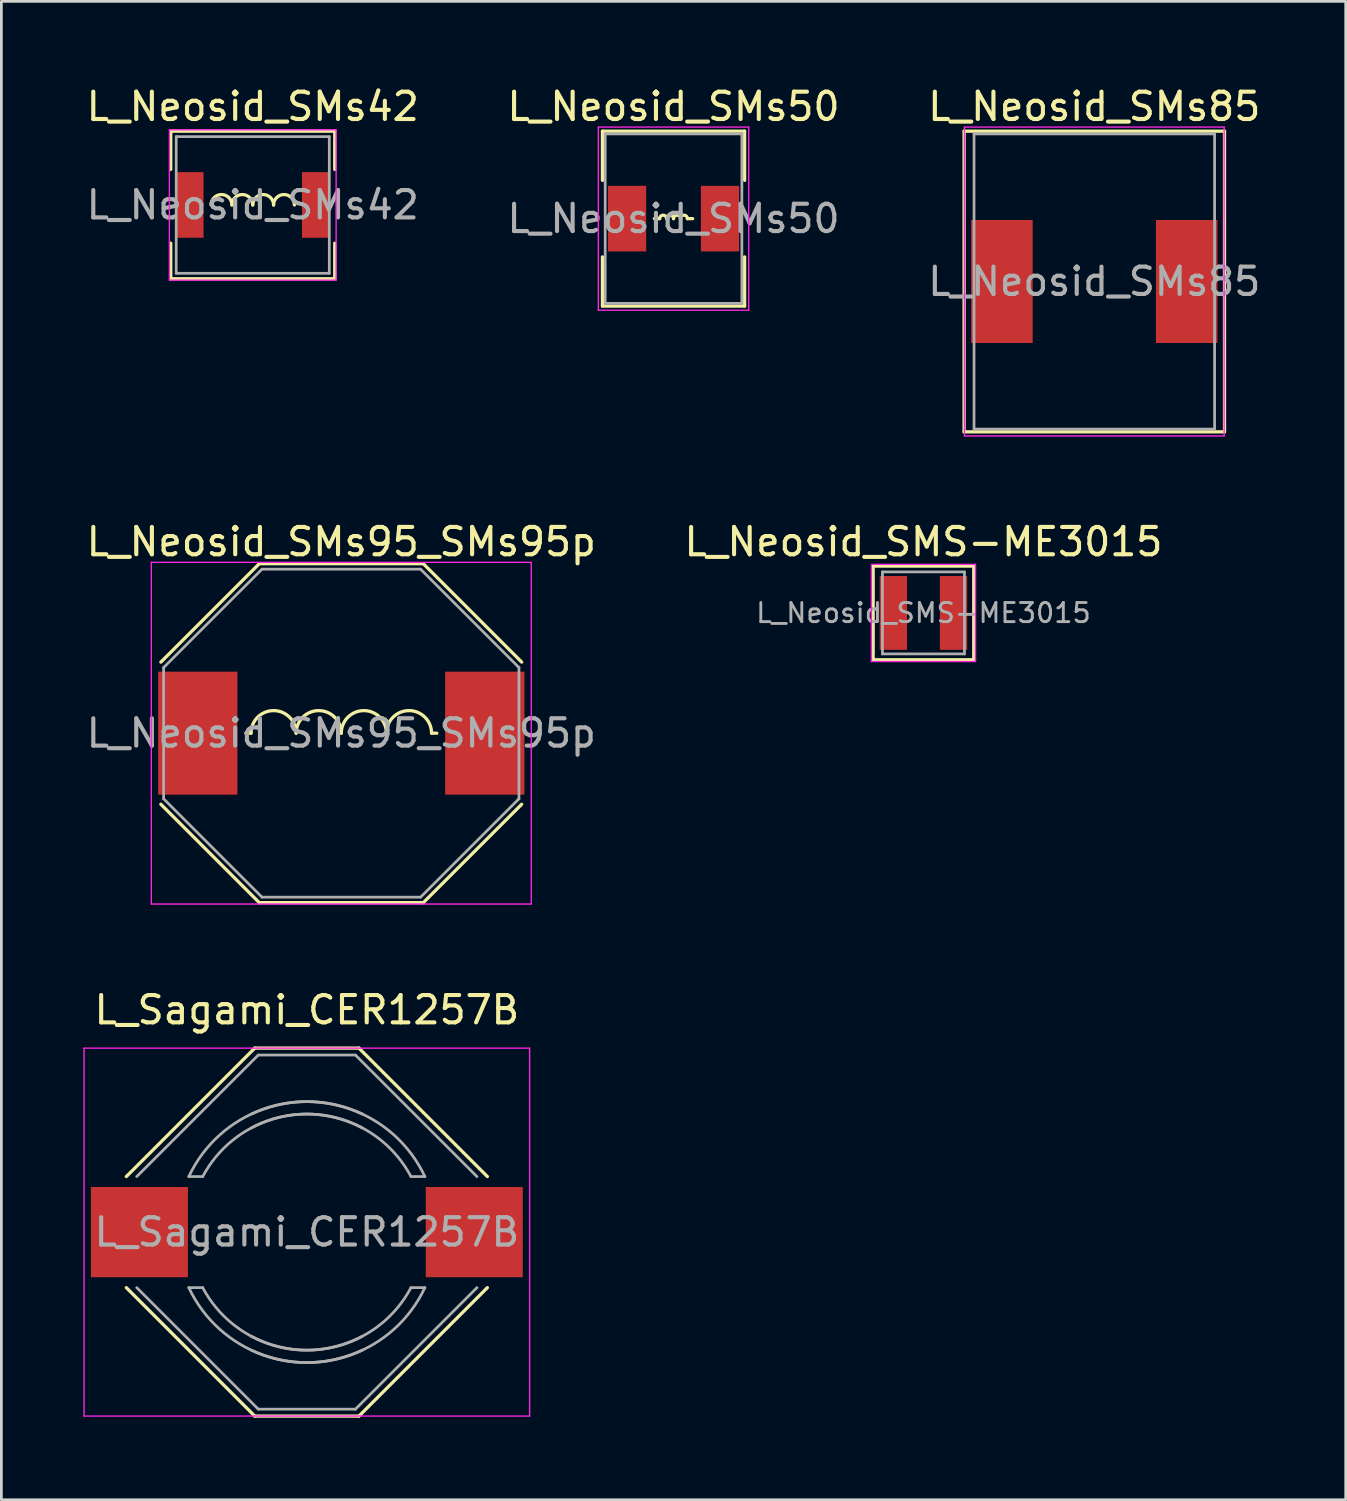
<source format=kicad_pcb>
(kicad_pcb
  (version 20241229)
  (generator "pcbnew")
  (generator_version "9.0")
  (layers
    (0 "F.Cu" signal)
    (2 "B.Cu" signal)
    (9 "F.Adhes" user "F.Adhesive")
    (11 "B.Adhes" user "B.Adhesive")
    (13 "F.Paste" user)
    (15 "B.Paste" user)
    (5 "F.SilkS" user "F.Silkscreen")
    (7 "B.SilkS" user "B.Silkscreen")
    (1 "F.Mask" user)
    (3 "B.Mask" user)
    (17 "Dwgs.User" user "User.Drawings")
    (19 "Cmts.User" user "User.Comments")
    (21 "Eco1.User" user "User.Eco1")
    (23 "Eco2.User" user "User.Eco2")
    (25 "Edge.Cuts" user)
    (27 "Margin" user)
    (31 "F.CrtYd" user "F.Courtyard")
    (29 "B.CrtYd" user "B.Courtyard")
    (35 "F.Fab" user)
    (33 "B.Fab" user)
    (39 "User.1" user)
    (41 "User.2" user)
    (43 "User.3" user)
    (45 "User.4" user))
  (footprint "L_Neosid_SMs42"
    (layer "F.Cu")
    (at 6.196 4.448)
    (property "Reference" "L_Neosid_SMs42" (at 0 -3.6 0) (layer "F.SilkS") (effects (font (size 1 1) (thickness 0.15))))
    (attr smd)
    (fp_line (start -3 -2.7) (end 3 -2.7) (stroke (width 0.12) (type solid)) (layer "F.SilkS"))
    (fp_line (start -3 -1.3) (end -3 -2.7) (stroke (width 0.12) (type solid)) (layer "F.SilkS"))
    (fp_line (start -3 2.7) (end -3 1.4) (stroke (width 0.12) (type solid)) (layer "F.SilkS"))
    (fp_line (start 3 -2.7) (end 3 -1.3) (stroke (width 0.12) (type solid)) (layer "F.SilkS"))
    (fp_line (start 3 1.4) (end 3 2.7) (stroke (width 0.12) (type solid)) (layer "F.SilkS"))
    (fp_line (start 3 2.7) (end -3 2.7) (stroke (width 0.12) (type solid)) (layer "F.SilkS"))
    (fp_arc (start -1.524 0) (mid -1.143 -0.381) (end -0.762 0) (stroke (width 0.12) (type solid)) (layer "F.SilkS"))
    (fp_arc (start -0.762 0) (mid -0.381 -0.381) (end 0 0) (stroke (width 0.12) (type solid)) (layer "F.SilkS"))
    (fp_arc (start 0 0) (mid 0.381 -0.381) (end 0.762 0) (stroke (width 0.12) (type solid)) (layer "F.SilkS"))
    (fp_arc (start 0.762 0) (mid 1.143 -0.381) (end 1.524 0) (stroke (width 0.12) (type solid)) (layer "F.SilkS"))
    (fp_line (start -3.05 -2.75) (end -3.05 2.75) (stroke (width 0.05) (type solid)) (layer "F.CrtYd"))
    (fp_line (start -3.05 -2.75) (end 3.05 -2.75) (stroke (width 0.05) (type solid)) (layer "F.CrtYd"))
    (fp_line (start 3.05 2.75) (end -3.05 2.75) (stroke (width 0.05) (type solid)) (layer "F.CrtYd"))
    (fp_line (start 3.05 2.75) (end 3.05 -2.75) (stroke (width 0.05) (type solid)) (layer "F.CrtYd"))
    (fp_line (start -2.8 -2.5) (end 2.8 -2.5) (stroke (width 0.1) (type solid)) (layer "F.Fab"))
    (fp_line (start -2.8 2.5) (end -2.8 -2.5) (stroke (width 0.1) (type solid)) (layer "F.Fab"))
    (fp_line (start 2.8 -2.5) (end 2.8 2.5) (stroke (width 0.1) (type solid)) (layer "F.Fab"))
    (fp_line (start 2.8 2.5) (end -2.8 2.5) (stroke (width 0.1) (type solid)) (layer "F.Fab"))
    (fp_text user "${REFERENCE}" (at 0 0 0) (layer "F.Fab") (effects (font (size 1 1) (thickness 0.15))))
    (pad "1" smd rect (at -2.3 0) (size 1 2.4) (layers "F.Cu" "F.Mask" "F.Paste"))
    (pad "2" smd rect (at 2.3 0) (size 1 2.4) (layers "F.Cu" "F.Mask" "F.Paste")))
  (footprint "L_Sagami_CER1257B"
    (layer "F.Cu")
    (at 8.175 42.023)
    (property "Reference" "L_Sagami_CER1257B" (at 0 -8.128 0) (layer "F.SilkS") (effects (font (size 1 1) (thickness 0.15))))
    (attr smd)
    (fp_line (start -6.604 -2.032) (end -1.905 -6.731) (stroke (width 0.12) (type solid)) (layer "F.SilkS"))
    (fp_line (start -6.604 2.032) (end -1.905 6.731) (stroke (width 0.12) (type solid)) (layer "F.SilkS"))
    (fp_line (start -1.905 -6.731) (end 1.905 -6.731) (stroke (width 0.12) (type solid)) (layer "F.SilkS"))
    (fp_line (start -1.905 6.731) (end 1.905 6.731) (stroke (width 0.12) (type solid)) (layer "F.SilkS"))
    (fp_line (start 1.905 -6.731) (end 6.604 -2.032) (stroke (width 0.12) (type solid)) (layer "F.SilkS"))
    (fp_line (start 1.905 6.731) (end 6.604 2.032) (stroke (width 0.12) (type solid)) (layer "F.SilkS"))
    (fp_line (start -8.15 -6.73) (end -8.15 6.73) (stroke (width 0.05) (type solid)) (layer "F.CrtYd"))
    (fp_line (start -8.15 -6.73) (end 8.15 -6.73) (stroke (width 0.05) (type solid)) (layer "F.CrtYd"))
    (fp_line (start -8.15 6.73) (end 8.15 6.73) (stroke (width 0.05) (type solid)) (layer "F.CrtYd"))
    (fp_line (start 8.15 -6.73) (end 8.15 6.73) (stroke (width 0.05) (type solid)) (layer "F.CrtYd"))
    (fp_line (start -6.223 -2.032) (end -1.778 -6.477) (stroke (width 0.1) (type solid)) (layer "F.Fab"))
    (fp_line (start -6.223 2.032) (end -1.778 6.477) (stroke (width 0.1) (type solid)) (layer "F.Fab"))
    (fp_line (start -3.81 -2.032) (end -4.318 -2.032) (stroke (width 0.1) (type solid)) (layer "F.Fab"))
    (fp_line (start -3.81 2.032) (end -4.318 2.032) (stroke (width 0.1) (type solid)) (layer "F.Fab"))
    (fp_line (start -1.778 6.477) (end 1.778 6.477) (stroke (width 0.1) (type solid)) (layer "F.Fab"))
    (fp_line (start 1.778 -6.477) (end -1.778 -6.477) (stroke (width 0.1) (type solid)) (layer "F.Fab"))
    (fp_line (start 1.778 6.477) (end 6.223 2.032) (stroke (width 0.1) (type solid)) (layer "F.Fab"))
    (fp_line (start 3.81 -2.032) (end 4.318 -2.032) (stroke (width 0.1) (type solid)) (layer "F.Fab"))
    (fp_line (start 3.81 2.032) (end 4.318 2.032) (stroke (width 0.1) (type solid)) (layer "F.Fab"))
    (fp_line (start 6.223 -2.032) (end 1.778 -6.477) (stroke (width 0.1) (type solid)) (layer "F.Fab"))
    (fp_arc (start -4.318 -2.032) (mid -1.616446 -4.490128) (end 2.032 -4.318) (stroke (width 0.1) (type solid)) (layer "F.Fab"))
    (fp_arc (start -3.81 -2.032) (mid -1.257236 -4.130918) (end 2.032 -3.81) (stroke (width 0.1) (type solid)) (layer "F.Fab"))
    (fp_arc (start -2.032 -4.318) (mid 1.616446 -4.490128) (end 4.318 -2.032) (stroke (width 0.1) (type solid)) (layer "F.Fab"))
    (fp_arc (start -2.032 -3.81) (mid 1.257236 -4.130918) (end 3.81 -2.032) (stroke (width 0.1) (type solid)) (layer "F.Fab"))
    (fp_arc (start 2.032 3.81) (mid -1.257236 4.130918) (end -3.81 2.032) (stroke (width 0.1) (type solid)) (layer "F.Fab"))
    (fp_arc (start 2.032 4.318) (mid -1.616446 4.490128) (end -4.318 2.032) (stroke (width 0.1) (type solid)) (layer "F.Fab"))
    (fp_arc (start 3.81 2.032) (mid 1.257236 4.130918) (end -2.032 3.81) (stroke (width 0.1) (type solid)) (layer "F.Fab"))
    (fp_arc (start 4.318 2.032) (mid 1.616446 4.490128) (end -2.032 4.318) (stroke (width 0.1) (type solid)) (layer "F.Fab"))
    (fp_text user "${REFERENCE}" (at 0 0 0) (layer "F.Fab") (effects (font (size 1 1) (thickness 0.15))))
    (pad "1" smd rect (at -6.125 0) (size 3.55 3.3) (layers "F.Cu" "F.Mask" "F.Paste"))
    (pad "2" smd rect (at 6.125 0) (size 3.55 3.3) (layers "F.Cu" "F.Mask" "F.Paste")))
  (footprint "L_Neosid_SMs85"
    (layer "F.Cu")
    (at 36.982 7.248)
    (property "Reference" "L_Neosid_SMs85" (at 0 -6.4 0) (layer "F.SilkS") (effects (font (size 1 1) (thickness 0.15))))
    (attr smd)
    (fp_line (start -4.763 -5.5) (end -4.763 5.5) (stroke (width 0.12) (type solid)) (layer "F.SilkS"))
    (fp_line (start -4.763 -5.5) (end 4.763 -5.5) (stroke (width 0.12) (type solid)) (layer "F.SilkS"))
    (fp_line (start 4.763 5.5) (end -4.763 5.5) (stroke (width 0.12) (type solid)) (layer "F.SilkS"))
    (fp_line (start 4.763 5.5) (end 4.763 -5.5) (stroke (width 0.12) (type solid)) (layer "F.SilkS"))
    (fp_line (start -4.75 -5.65) (end -4.75 5.65) (stroke (width 0.05) (type solid)) (layer "F.CrtYd"))
    (fp_line (start -4.75 -5.65) (end 4.75 -5.65) (stroke (width 0.05) (type solid)) (layer "F.CrtYd"))
    (fp_line (start 4.75 5.65) (end -4.75 5.65) (stroke (width 0.05) (type solid)) (layer "F.CrtYd"))
    (fp_line (start 4.75 5.65) (end 4.75 -5.65) (stroke (width 0.05) (type solid)) (layer "F.CrtYd"))
    (fp_line (start -4.4 -5.4) (end 4.4 -5.4) (stroke (width 0.1) (type solid)) (layer "F.Fab"))
    (fp_line (start -4.4 5.4) (end -4.4 -5.4) (stroke (width 0.1) (type solid)) (layer "F.Fab"))
    (fp_line (start 4.4 -5.4) (end 4.4 5.4) (stroke (width 0.1) (type solid)) (layer "F.Fab"))
    (fp_line (start 4.4 5.4) (end -4.4 5.4) (stroke (width 0.1) (type solid)) (layer "F.Fab"))
    (fp_text user "${REFERENCE}" (at 0 0 0) (layer "F.Fab") (effects (font (size 1 1) (thickness 0.15))))
    (pad "1" smd rect (at -3.38 0) (size 2.25 4.5) (layers "F.Cu" "F.Mask" "F.Paste"))
    (pad "2" smd rect (at 3.38 0) (size 2.25 4.5) (layers "F.Cu" "F.Mask" "F.Paste")))
  (footprint "L_Neosid_SMS-ME3015"
    (layer "F.Cu")
    (at 30.732 19.372)
    (property "Reference" "L_Neosid_SMS-ME3015" (at 0 -2.6 0) (layer "F.SilkS") (effects (font (size 1 1) (thickness 0.15))))
    (attr smd)
    (fp_line (start -1.841 -1.714) (end -1.841 1.714) (stroke (width 0.12) (type solid)) (layer "F.SilkS"))
    (fp_line (start -1.841 1.714) (end 1.841 1.714) (stroke (width 0.12) (type solid)) (layer "F.SilkS"))
    (fp_line (start 1.841 -1.714) (end -1.841 -1.714) (stroke (width 0.12) (type solid)) (layer "F.SilkS"))
    (fp_line (start 1.841 1.714) (end 1.841 -1.714) (stroke (width 0.12) (type solid)) (layer "F.SilkS"))
    (fp_line (start -1.905 -1.778) (end 1.905 -1.778) (stroke (width 0.05) (type solid)) (layer "F.CrtYd"))
    (fp_line (start -1.905 -1.722) (end -1.905 1.778) (stroke (width 0.05) (type solid)) (layer "F.CrtYd"))
    (fp_line (start 1.905 1.778) (end -1.905 1.778) (stroke (width 0.05) (type solid)) (layer "F.CrtYd"))
    (fp_line (start 1.905 1.778) (end 1.905 -1.778) (stroke (width 0.05) (type solid)) (layer "F.CrtYd"))
    (fp_line (start -1.5 -1.5) (end -1.5 1.5) (stroke (width 0.1) (type solid)) (layer "F.Fab"))
    (fp_line (start -1.5 1.5) (end 1.5 1.5) (stroke (width 0.1) (type solid)) (layer "F.Fab"))
    (fp_line (start 1.5 -1.5) (end -1.5 -1.5) (stroke (width 0.1) (type solid)) (layer "F.Fab"))
    (fp_line (start 1.5 1.5) (end 1.5 -1.5) (stroke (width 0.1) (type solid)) (layer "F.Fab"))
    (fp_text user "${REFERENCE}" (at 0 0 0) (layer "F.Fab") (effects (font (size 0.7 0.7) (thickness 0.105))))
    (pad "1" smd rect (at -1.1 0) (size 1 2.7) (layers "F.Cu" "F.Mask" "F.Paste"))
    (pad "2" smd rect (at 1.1 0) (size 1 2.7) (layers "F.Cu" "F.Mask" "F.Paste")))
  (footprint "L_Neosid_SMs50"
    (layer "F.Cu")
    (at 21.589 4.948)
    (property "Reference" "L_Neosid_SMs50" (at 0 -4.1 0) (layer "F.SilkS") (effects (font (size 1 1) (thickness 0.15))))
    (attr smd)
    (fp_line (start -2.6 -3.2) (end 2.6 -3.2) (stroke (width 0.12) (type solid)) (layer "F.SilkS"))
    (fp_line (start -2.6 -1.4) (end -2.6 -3.2) (stroke (width 0.12) (type solid)) (layer "F.SilkS"))
    (fp_line (start -2.6 3.2) (end -2.6 1.4) (stroke (width 0.12) (type solid)) (layer "F.SilkS"))
    (fp_line (start -0.508 0) (end -0.699 0) (stroke (width 0.12) (type solid)) (layer "F.SilkS"))
    (fp_line (start 0.508 0) (end 0.699 0) (stroke (width 0.12) (type solid)) (layer "F.SilkS"))
    (fp_line (start 2.6 -3.2) (end 2.6 -1.4) (stroke (width 0.12) (type solid)) (layer "F.SilkS"))
    (fp_line (start 2.6 1.4) (end 2.6 3.2) (stroke (width 0.12) (type solid)) (layer "F.SilkS"))
    (fp_line (start 2.6 3.2) (end -2.6 3.2) (stroke (width 0.12) (type solid)) (layer "F.SilkS"))
    (fp_arc (start -0.508 0) (mid -0.381 -0.127) (end -0.254 0) (stroke (width 0.12) (type solid)) (layer "F.SilkS"))
    (fp_arc (start -0.254 0) (mid -0.127 -0.127) (end 0 0) (stroke (width 0.12) (type solid)) (layer "F.SilkS"))
    (fp_arc (start 0 0) (mid 0.127 -0.127) (end 0.254 0) (stroke (width 0.12) (type solid)) (layer "F.SilkS"))
    (fp_arc (start 0.254 0) (mid 0.381 -0.127) (end 0.508 0) (stroke (width 0.12) (type solid)) (layer "F.SilkS"))
    (fp_line (start -2.75 -3.35) (end -2.75 3.35) (stroke (width 0.05) (type solid)) (layer "F.CrtYd"))
    (fp_line (start -2.75 -3.35) (end 2.75 -3.35) (stroke (width 0.05) (type solid)) (layer "F.CrtYd"))
    (fp_line (start 2.75 3.35) (end -2.75 3.35) (stroke (width 0.05) (type solid)) (layer "F.CrtYd"))
    (fp_line (start 2.75 3.35) (end 2.75 -3.35) (stroke (width 0.05) (type solid)) (layer "F.CrtYd"))
    (fp_line (start -2.5 -3.1) (end 2.5 -3.1) (stroke (width 0.1) (type solid)) (layer "F.Fab"))
    (fp_line (start -2.5 3.1) (end -2.5 -3.1) (stroke (width 0.1) (type solid)) (layer "F.Fab"))
    (fp_line (start 2.5 -3.1) (end 2.5 3.1) (stroke (width 0.1) (type solid)) (layer "F.Fab"))
    (fp_line (start 2.5 3.1) (end -2.5 3.1) (stroke (width 0.1) (type solid)) (layer "F.Fab"))
    (fp_text user "${REFERENCE}" (at 0 0 0) (layer "F.Fab") (effects (font (size 1 1) (thickness 0.15))))
    (pad "1" smd rect (at -1.7 0) (size 1.4 2.4) (layers "F.Cu" "F.Mask" "F.Paste"))
    (pad "2" smd rect (at 1.7 0) (size 1.4 2.4) (layers "F.Cu" "F.Mask" "F.Paste")))
  (footprint "L_Neosid_SMs95_SMs95p"
    (layer "F.Cu")
    (at 9.435 23.771)
    (property "Reference" "L_Neosid_SMs95_SMs95p" (at 0 -7 0) (layer "F.SilkS") (effects (font (size 1 1) (thickness 0.15))))
    (attr smd)
    (fp_line (start -6.6 -2.6) (end -3 -6.2) (stroke (width 0.12) (type solid)) (layer "F.SilkS"))
    (fp_line (start -3.493 0) (end -3.302 0) (stroke (width 0.12) (type solid)) (layer "F.SilkS"))
    (fp_line (start -3 -6.2) (end 3 -6.2) (stroke (width 0.12) (type solid)) (layer "F.SilkS"))
    (fp_line (start -3 6.2) (end -6.6 2.6) (stroke (width 0.12) (type solid)) (layer "F.SilkS"))
    (fp_line (start 3 -6.2) (end 6.6 -2.6) (stroke (width 0.12) (type solid)) (layer "F.SilkS"))
    (fp_line (start 3 6.2) (end -3 6.2) (stroke (width 0.12) (type solid)) (layer "F.SilkS"))
    (fp_line (start 3.302 0) (end 3.493 0) (stroke (width 0.12) (type solid)) (layer "F.SilkS"))
    (fp_line (start 6.6 2.6) (end 3 6.2) (stroke (width 0.12) (type solid)) (layer "F.SilkS"))
    (fp_arc (start -3.302 0) (mid -2.4765 -0.8255) (end -1.651 0) (stroke (width 0.12) (type solid)) (layer "F.SilkS"))
    (fp_arc (start -1.651 0) (mid -0.8255 -0.8255) (end 0 0) (stroke (width 0.12) (type solid)) (layer "F.SilkS"))
    (fp_arc (start 0 0) (mid 0.8255 -0.8255) (end 1.651 0) (stroke (width 0.12) (type solid)) (layer "F.SilkS"))
    (fp_arc (start 1.651 0) (mid 2.4765 -0.8255) (end 3.302 0) (stroke (width 0.12) (type solid)) (layer "F.SilkS"))
    (fp_line (start -6.95 -6.25) (end -6.95 6.25) (stroke (width 0.05) (type solid)) (layer "F.CrtYd"))
    (fp_line (start -6.95 -6.25) (end 6.95 -6.25) (stroke (width 0.05) (type solid)) (layer "F.CrtYd"))
    (fp_line (start 6.95 6.25) (end -6.95 6.25) (stroke (width 0.05) (type solid)) (layer "F.CrtYd"))
    (fp_line (start 6.95 6.25) (end 6.95 -6.25) (stroke (width 0.05) (type solid)) (layer "F.CrtYd"))
    (fp_line (start -6.5 -2.4) (end -6.5 2.4) (stroke (width 0.1) (type solid)) (layer "F.Fab"))
    (fp_line (start -6.5 -2.4) (end -2.9 -6) (stroke (width 0.1) (type solid)) (layer "F.Fab"))
    (fp_line (start -6.5 2.4) (end -2.9 6) (stroke (width 0.1) (type solid)) (layer "F.Fab"))
    (fp_line (start -2.9 6) (end 2.9 6) (stroke (width 0.1) (type solid)) (layer "F.Fab"))
    (fp_line (start 2.9 -6) (end -2.9 -6) (stroke (width 0.1) (type solid)) (layer "F.Fab"))
    (fp_line (start 2.9 6) (end 6.5 2.4) (stroke (width 0.1) (type solid)) (layer "F.Fab"))
    (fp_line (start 6.5 -2.4) (end 2.9 -6) (stroke (width 0.1) (type solid)) (layer "F.Fab"))
    (fp_line (start 6.5 2.4) (end 6.5 -2.4) (stroke (width 0.1) (type solid)) (layer "F.Fab"))
    (fp_text user "${REFERENCE}" (at 0 0 0) (layer "F.Fab") (effects (font (size 1 1) (thickness 0.15))))
    (pad "1" smd rect (at -5.25 0) (size 2.9 4.5) (layers "F.Cu" "F.Mask" "F.Paste"))
    (pad "2" smd rect (at 5.25 0) (size 2.9 4.5) (layers "F.Cu" "F.Mask" "F.Paste")))
  (gr_rect
    (start -3 -3)
    (end 46.179 51.814)
    (stroke (width 0.1) (type default))
    (fill no)
    (layer "Edge.Cuts")))
</source>
